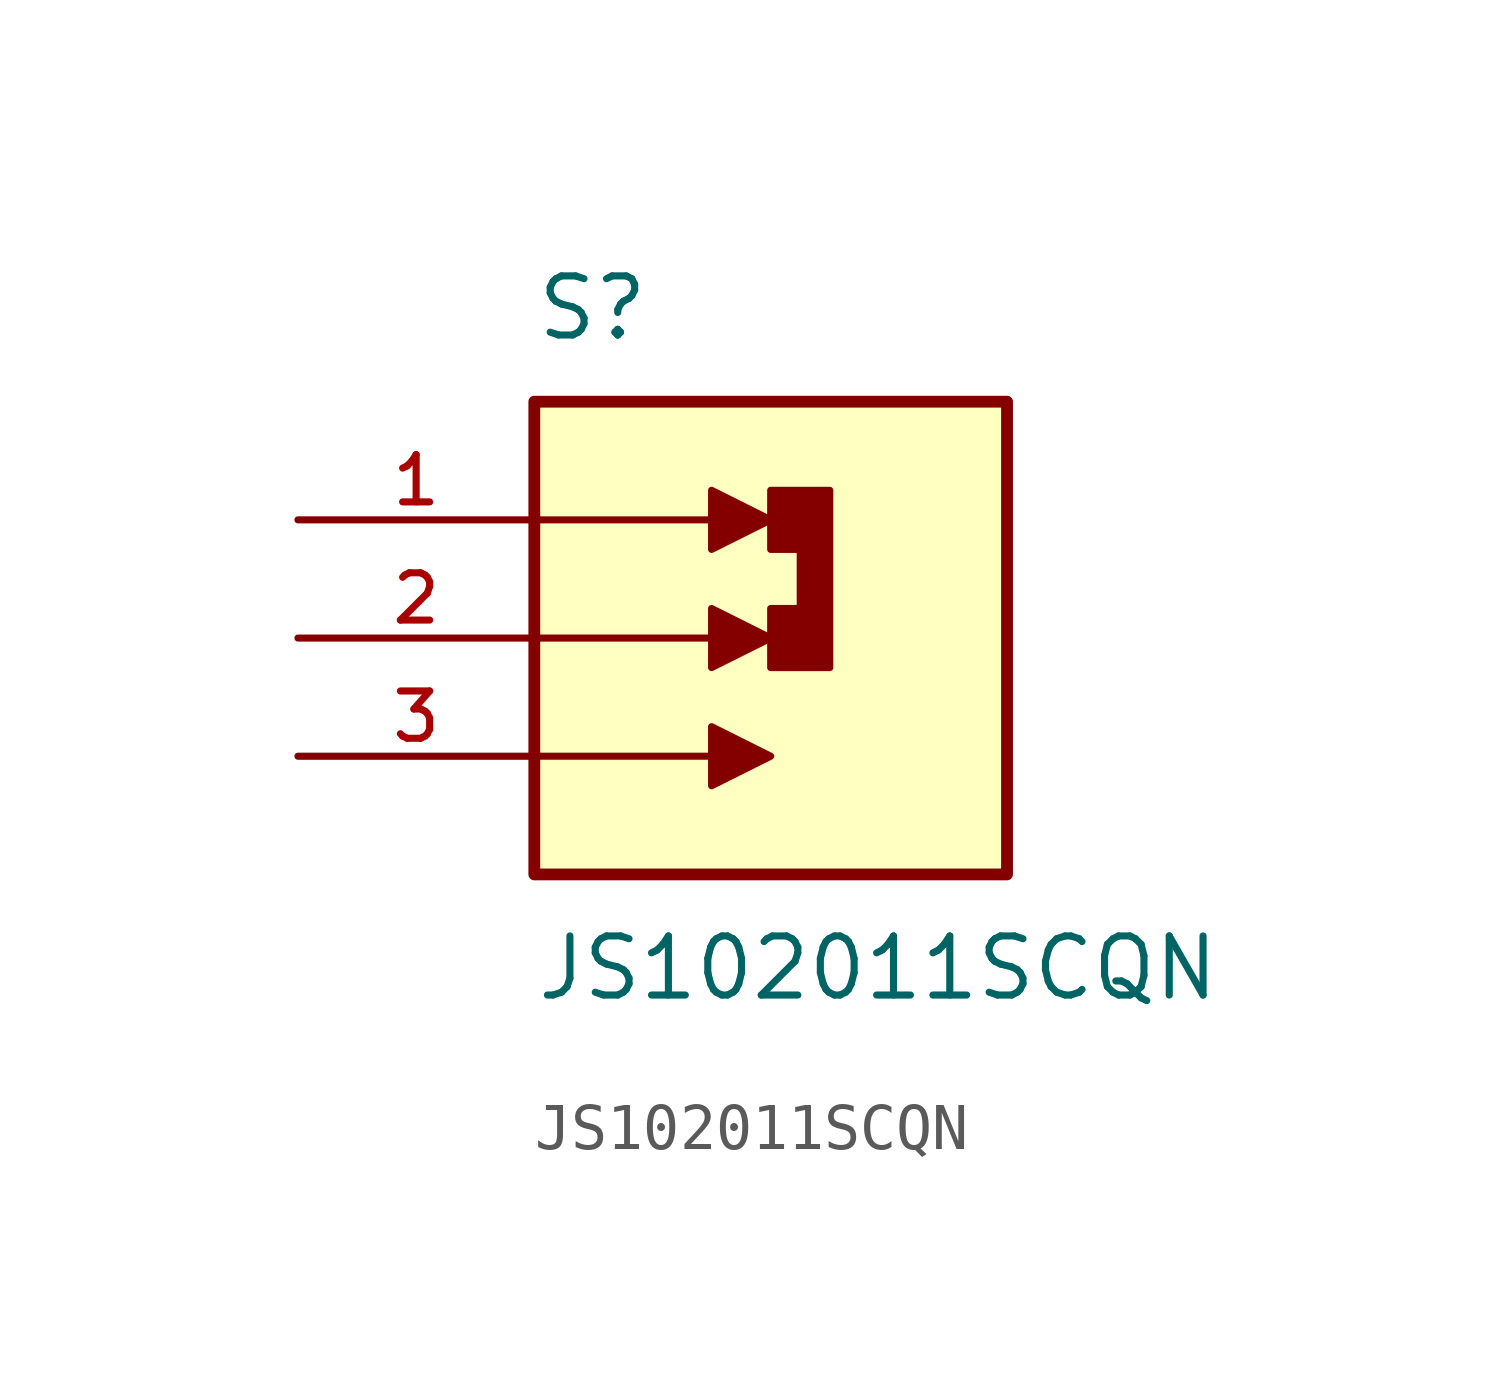
<source format=kicad_sym>
(kicad_symbol_lib
  (version 20211014)
  (generator kicad_symbol_editor)
  (symbol "JS102011SCQN"
    (pin_names
      (offset 1.016))
    (property "Reference" "S"
      (at -5.08 6.35 0)
      (effects (font (size 1.27 1.27)) (justify bottom left)))
    (property "Value" "JS102011SCQN"
      (at -5.08 -6.35 0)
      (effects (font (size 1.27 1.27)) (justify top left)))
    (symbol "JS102011SCQN_0_0"
      (polyline (pts (xy -5.08 2.54) (xy -1.27 2.54)) (stroke (width 0.152)))
      (polyline (pts (xy -1.27 3.175) (xy -1.27 1.905) (xy 0.0 2.54) (xy -1.27 3.175)) (stroke (width 0.152)) (fill (type outline)))
      (polyline (pts (xy -5.08 0.0) (xy -1.27 0.0)) (stroke (width 0.152)))
      (polyline (pts (xy -1.27 0.635) (xy -1.27 -0.635) (xy 0.0 0.0) (xy -1.27 0.635)) (stroke (width 0.152)) (fill (type outline)))
      (polyline (pts (xy -5.08 -2.54) (xy -1.27 -2.54)) (stroke (width 0.152)))
      (polyline (pts (xy -1.27 -1.905) (xy -1.27 -3.175) (xy 0.0 -2.54) (xy -1.27 -1.905)) (stroke (width 0.152)) (fill (type outline)))
      (polyline (pts (xy 0.0 1.905) (xy 0.0 3.175) (xy 1.27 3.175) (xy 1.27 -0.635) (xy 0.0 -0.635) (xy 0.0 0.635) (xy 0.635 0.635) (xy 0.635 1.905) (xy 0.0 1.905)) (stroke (width 0.152)) (fill (type outline)))
      (rectangle (start -5.08 -5.08) (end 5.08 5.08) (stroke (width 0.254)) (fill (type background)))
      (pin passive line (at -10.16 2.54 0) (length 5.08) (name "~" (effects (font (size 1.016 1.016)))) (number "1" (effects (font (size 1.016 1.016)))))
      (pin passive line (at -10.16 0.0 0) (length 5.08) (name "~" (effects (font (size 1.016 1.016)))) (number "2" (effects (font (size 1.016 1.016)))))
      (pin passive line (at -10.16 -2.54 0) (length 5.08) (name "~" (effects (font (size 1.016 1.016)))) (number "3" (effects (font (size 1.016 1.016))))))))
</source>
